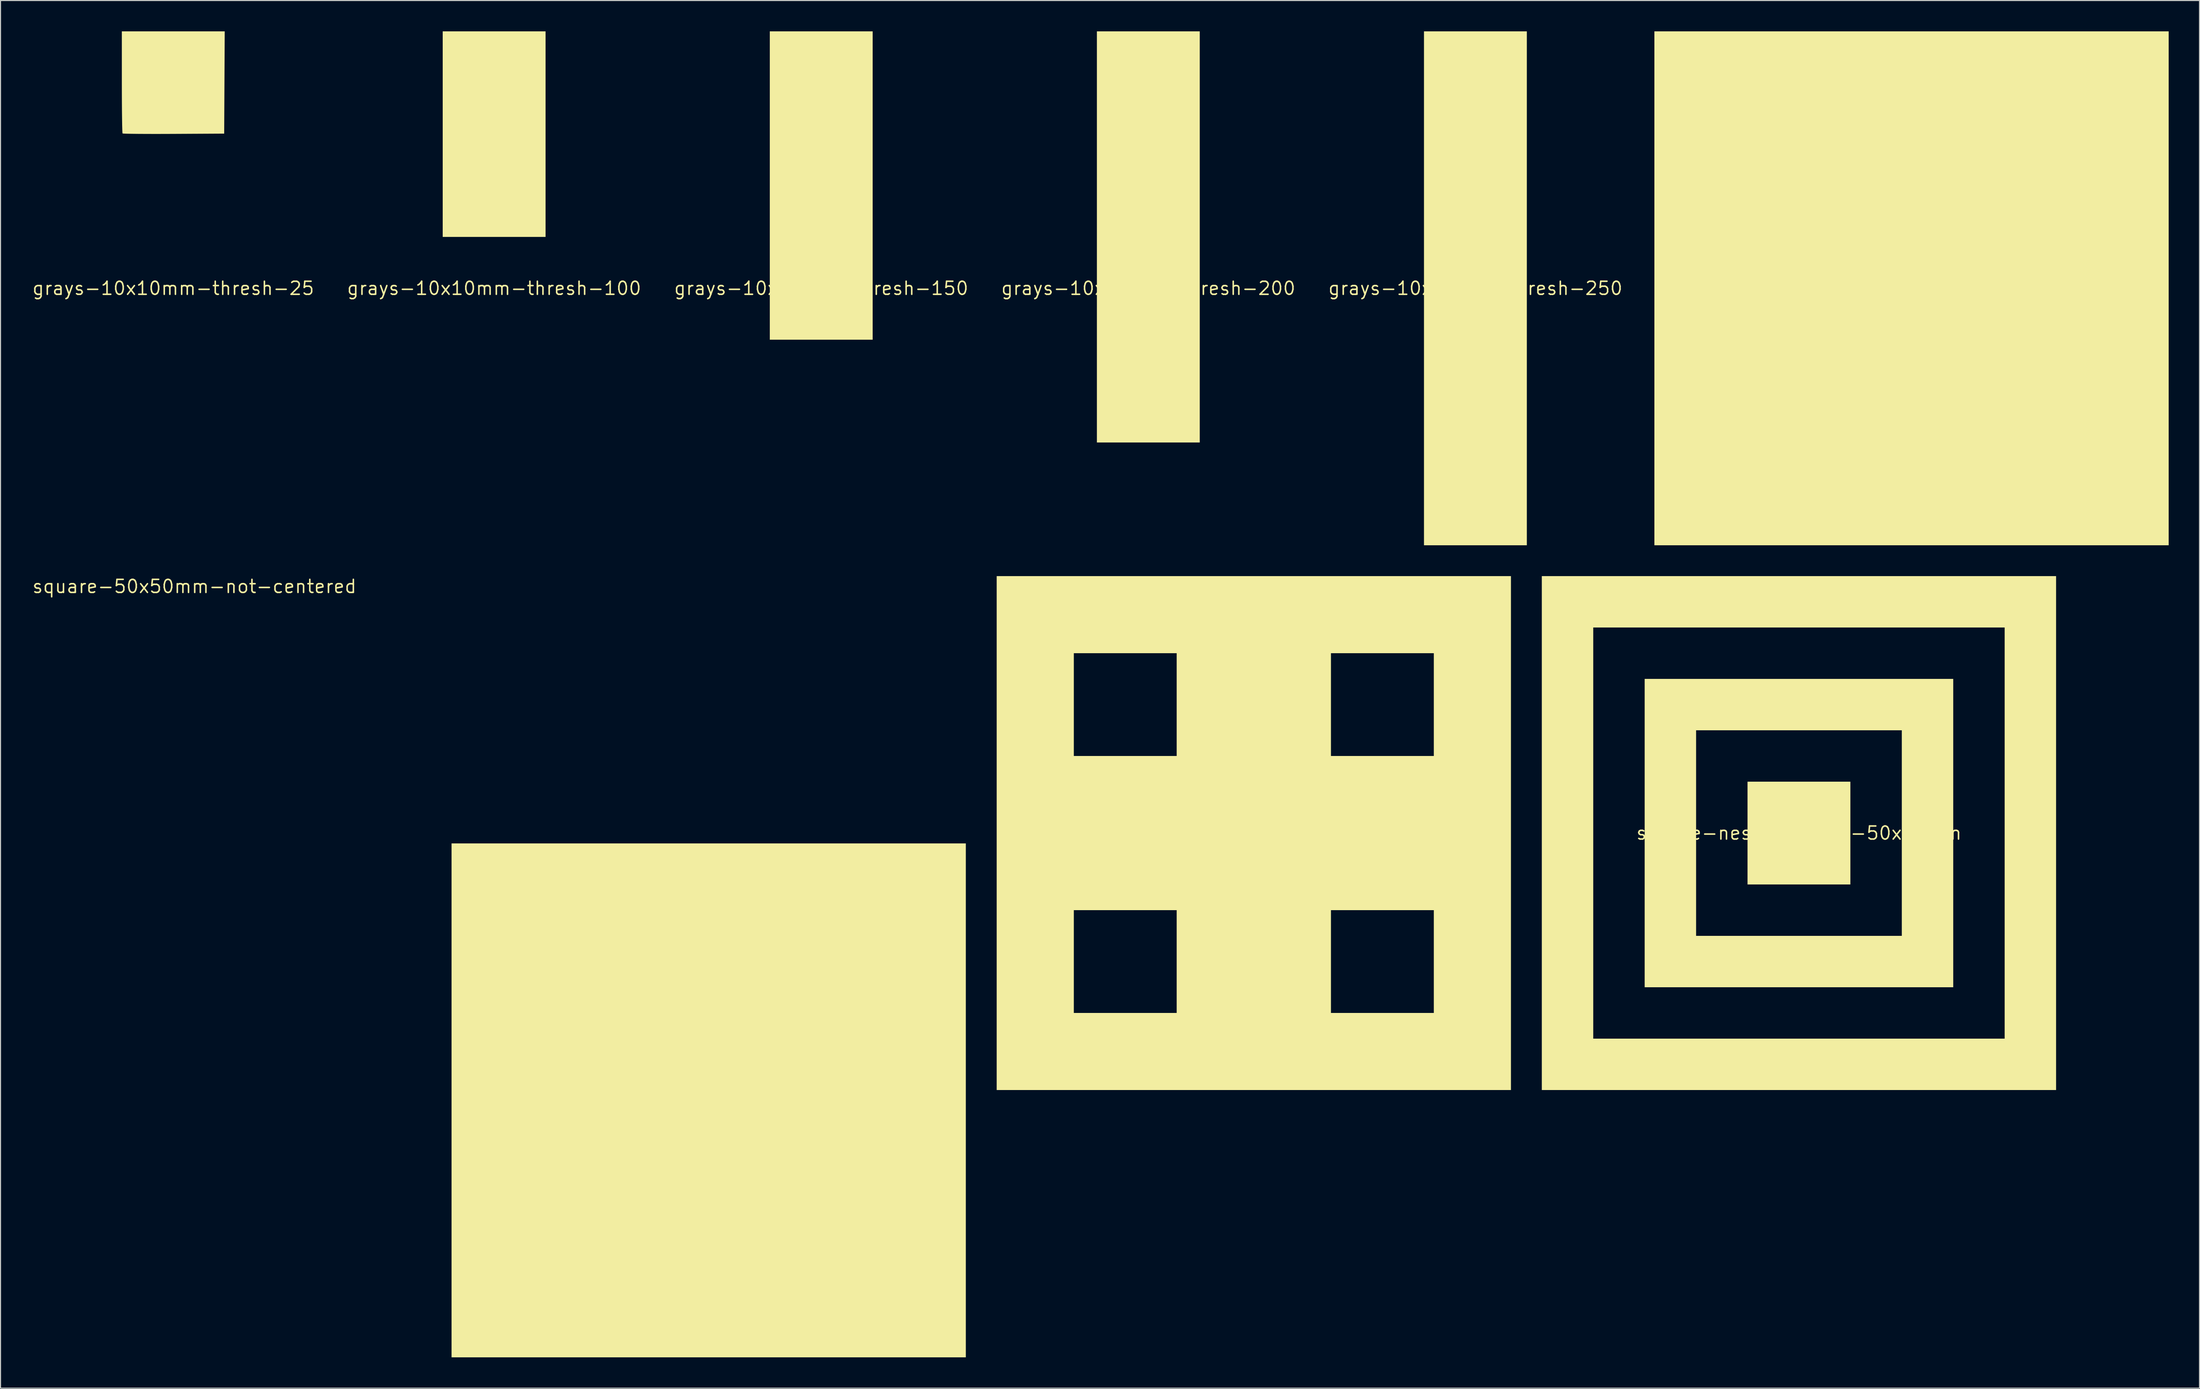
<source format=kicad_pcb>
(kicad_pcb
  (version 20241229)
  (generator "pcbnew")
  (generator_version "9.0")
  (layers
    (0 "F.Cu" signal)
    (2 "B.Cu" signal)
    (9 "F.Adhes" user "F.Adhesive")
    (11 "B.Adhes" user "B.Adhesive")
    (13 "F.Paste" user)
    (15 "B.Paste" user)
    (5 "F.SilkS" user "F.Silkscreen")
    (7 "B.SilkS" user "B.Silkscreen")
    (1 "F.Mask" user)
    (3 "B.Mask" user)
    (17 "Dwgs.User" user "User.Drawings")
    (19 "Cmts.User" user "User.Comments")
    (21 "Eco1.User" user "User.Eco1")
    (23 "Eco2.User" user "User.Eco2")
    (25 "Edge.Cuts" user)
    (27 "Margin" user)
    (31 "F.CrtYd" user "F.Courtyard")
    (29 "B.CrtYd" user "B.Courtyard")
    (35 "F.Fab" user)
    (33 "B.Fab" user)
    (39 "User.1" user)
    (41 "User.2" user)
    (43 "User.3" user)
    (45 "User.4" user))
  (footprint "grays-10x10mm-thresh-100"
    (layer "F.Cu")
    (at 44.992 25)
    (property "Reference" "grays-10x10mm-thresh-100" (at 0 0 0) (layer "F.SilkS") (effects (font (size 1.27 1.27) (thickness 0.15))))
    (attr board_only exclude_from_pos_files exclude_from_bom)
    (fp_poly (pts (xy -5 -15) (xy -5 -25) (xy 0 -25) (xy 5 -25) (xy 5 -15) (xy 5 -5) (xy 0 -5) (xy -5 -5) (xy -5 -15)) (stroke (width 0) (type solid)) (fill yes) (layer "F.SilkS")))
  (footprint "grays-10x10mm-thresh-25"
    (layer "F.Cu")
    (at 13.796 25)
    (property "Reference" "grays-10x10mm-thresh-25" (at 0 0 0) (layer "F.SilkS") (effects (font (size 1.27 1.27) (thickness 0.15))))
    (attr board_only exclude_from_pos_files exclude_from_bom)
    (fp_poly (pts (xy -4.932 -15.066) (xy -4.946 -15.176) (xy -4.958 -15.467) (xy -4.97 -15.919) (xy -4.979 -16.513) (xy -4.988 -17.23) (xy -4.994 -18.049) (xy -4.998 -18.952) (xy -5 -19.919) (xy -5 -20.067) (xy -5 -25) (xy 0.001 -25) (xy 5.002 -25) (xy 4.976 -20.025) (xy 4.95 -15.05) (xy 0.043 -15.024) (xy -0.93 -15.02) (xy -1.84 -15.019) (xy -2.671 -15.021) (xy -3.401 -15.025) (xy -4.011 -15.032) (xy -4.482 -15.041) (xy -4.795 -15.051) (xy -4.929 -15.064) (xy -4.932 -15.066)) (stroke (width 0) (type solid)) (fill yes) (layer "F.SilkS")))
  (footprint "grays-10x10mm-thresh-150"
    (layer "F.Cu")
    (at 76.794 25)
    (property "Reference" "grays-10x10mm-thresh-150" (at 0 0 0) (layer "F.SilkS") (effects (font (size 1.27 1.27) (thickness 0.15))))
    (attr board_only exclude_from_pos_files exclude_from_bom)
    (fp_poly (pts (xy -5 -10) (xy -5 -25) (xy 0 -25) (xy 5 -25) (xy 5 -10) (xy 5 5) (xy 0 5) (xy -5 5) (xy -5 -10)) (stroke (width 0) (type solid)) (fill yes) (layer "F.SilkS")))
  (footprint "square-50x50mm"
    (layer "F.Cu")
    (at 182.797 25)
    (property "Reference" "square-50x50mm" (at 0 0 0) (layer "F.SilkS") (effects (font (size 1.27 1.27) (thickness 0.15))))
    (attr board_only exclude_from_pos_files exclude_from_bom)
    (fp_poly (pts (xy -25 0) (xy -25 -25) (xy 0 -25) (xy 25 -25) (xy 25 0) (xy 25 25) (xy 0 25) (xy -25 25) (xy -25 0)) (stroke (width 0) (type solid)) (fill yes) (layer "F.SilkS")))
  (footprint "square-holes-50x50mm"
    (layer "F.Cu")
    (at 118.852 78)
    (property "Reference" "square-holes-50x50mm" (at 0 0 0) (layer "F.SilkS") (effects (font (size 1.27 1.27) (thickness 0.15))))
    (attr board_only exclude_from_pos_files exclude_from_bom)
    (fp_poly (pts (xy 25 25) (xy -25 25) (xy -25 7.5) (xy -17.5 7.5) (xy -17.5 17.5) (xy -7.5 17.5) (xy -7.5 7.5) (xy 7.5 7.5) (xy 7.5 17.5) (xy 17.5 17.5) (xy 17.5 7.5) (xy 7.5 7.5) (xy -7.5 7.5) (xy -17.5 7.5) (xy -25 7.5) (xy -25 -17.5) (xy -17.5 -17.5) (xy -17.5 -7.5) (xy -7.5 -7.5) (xy -7.5 -17.5) (xy 7.5 -17.5) (xy 7.5 -7.5) (xy 17.5 -7.5) (xy 17.5 -17.5) (xy 7.5 -17.5) (xy -7.5 -17.5) (xy -17.5 -17.5) (xy -25 -17.5) (xy -25 -25) (xy 25 -25)) (stroke (width 0) (type solid)) (fill yes) (layer "F.SilkS")))
  (footprint "grays-10x10mm-thresh-250"
    (layer "F.Cu")
    (at 140.396 25)
    (property "Reference" "grays-10x10mm-thresh-250" (at 0 0 0) (layer "F.SilkS") (effects (font (size 1.27 1.27) (thickness 0.15))))
    (attr board_only exclude_from_pos_files exclude_from_bom)
    (fp_poly (pts (xy -5 0) (xy -5 -25) (xy 0 -25) (xy 5 -25) (xy 5 0) (xy 5 25) (xy 0 25) (xy -5 25) (xy -5 0)) (stroke (width 0) (type solid)) (fill yes) (layer "F.SilkS")))
  (footprint "square-50x50mm-not-centered"
    (layer "F.Cu")
    (at 15.852 54.006)
    (property "Reference" "square-50x50mm-not-centered" (at 0 0 0) (layer "F.SilkS") (effects (font (size 1.27 1.27) (thickness 0.15))))
    (attr board_only exclude_from_pos_files exclude_from_bom)
    (fp_poly (pts (xy 25 50) (xy 25 25) (xy 50 25) (xy 75 25) (xy 75 50) (xy 75 75) (xy 50 75) (xy 25 75) (xy 25 50)) (stroke (width 0) (type solid)) (fill yes) (layer "F.SilkS")))
  (footprint "square-nested-holes-50x50mm"
    (layer "F.Cu")
    (at 171.852 78)
    (property "Reference" "square-nested-holes-50x50mm" (at 0 0 0) (layer "F.SilkS") (effects (font (size 1.27 1.27) (thickness 0.15))))
    (attr board_only exclude_from_pos_files exclude_from_bom)
    (fp_poly (pts (xy -5 0) (xy -5 -5) (xy 0 -5) (xy 5 -5) (xy 5 0) (xy 5 5) (xy 0 5) (xy -5 5) (xy -5 0)) (stroke (width 0) (type solid)) (fill yes) (layer "F.SilkS"))
    (fp_poly (pts (xy 15 15) (xy -15 15) (xy -15 -10) (xy -10 -10) (xy -10 10) (xy 10 10) (xy 10 -10) (xy -10 -10) (xy -15 -10) (xy -15 -15) (xy 15 -15)) (stroke (width 0) (type solid)) (fill yes) (layer "F.SilkS"))
    (fp_poly (pts (xy 25 25) (xy -25 25) (xy -25 -20) (xy -20 -20) (xy -20 20) (xy 20 20) (xy 20 -20) (xy -20 -20) (xy -25 -20) (xy -25 -25) (xy 25 -25)) (stroke (width 0) (type solid)) (fill yes) (layer "F.SilkS")))
  (footprint "grays-10x10mm-thresh-200"
    (layer "F.Cu")
    (at 108.595 25)
    (property "Reference" "grays-10x10mm-thresh-200" (at 0 0 0) (layer "F.SilkS") (effects (font (size 1.27 1.27) (thickness 0.15))))
    (attr board_only exclude_from_pos_files exclude_from_bom)
    (fp_poly (pts (xy -5 -5) (xy -5 -25) (xy 0 -25) (xy 5 -25) (xy 5 -5) (xy 5 15) (xy 0 15) (xy -5 15) (xy -5 -5)) (stroke (width 0) (type solid)) (fill yes) (layer "F.SilkS")))
  (gr_rect
    (start -3 -3)
    (end 210.797 132.006)
    (stroke (width 0.1) (type default))
    (fill no)
    (layer "Edge.Cuts")))
</source>
